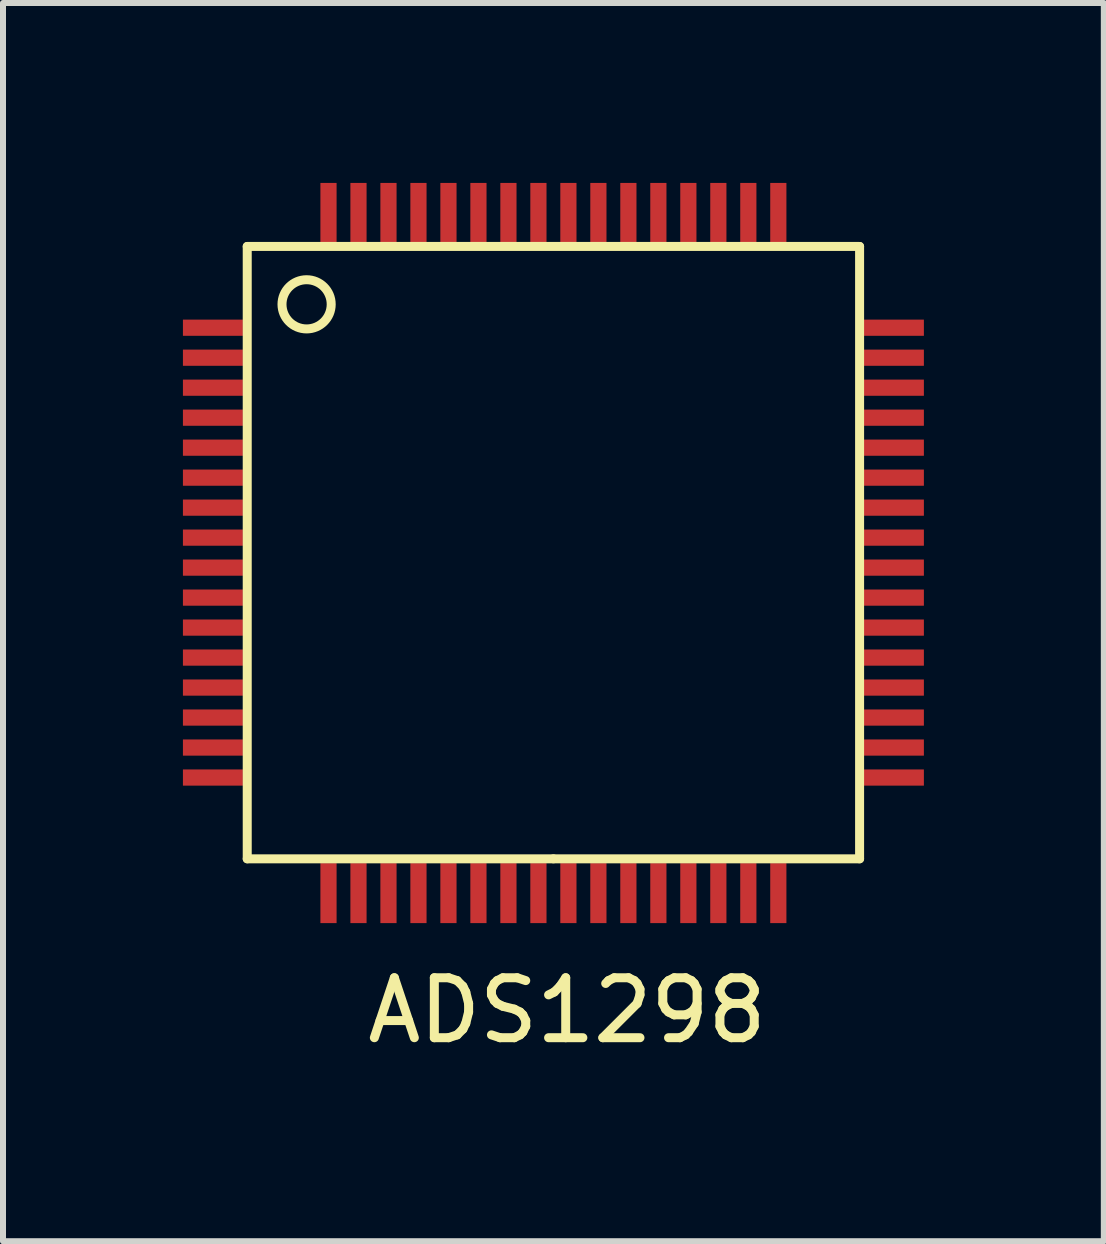
<source format=kicad_pcb>
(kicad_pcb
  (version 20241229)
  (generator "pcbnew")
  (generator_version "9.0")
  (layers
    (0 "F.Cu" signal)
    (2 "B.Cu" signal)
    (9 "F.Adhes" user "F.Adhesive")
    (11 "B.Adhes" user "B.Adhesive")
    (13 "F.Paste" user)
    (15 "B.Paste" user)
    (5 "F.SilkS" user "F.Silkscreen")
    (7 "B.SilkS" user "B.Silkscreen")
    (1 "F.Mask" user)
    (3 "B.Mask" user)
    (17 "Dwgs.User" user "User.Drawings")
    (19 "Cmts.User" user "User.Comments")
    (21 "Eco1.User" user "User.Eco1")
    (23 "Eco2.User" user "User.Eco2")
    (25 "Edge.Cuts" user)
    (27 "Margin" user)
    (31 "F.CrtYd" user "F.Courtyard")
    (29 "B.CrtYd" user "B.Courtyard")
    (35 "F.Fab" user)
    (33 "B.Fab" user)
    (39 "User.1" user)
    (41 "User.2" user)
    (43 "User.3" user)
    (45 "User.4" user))
  (footprint "ADS1298"
    (layer "F.Cu")
    (at 6.177 6.164)
    (property "Reference" "ADS1298" (at 0.229 7.633 0) (layer "F.SilkS") (effects (font (size 1 1) (thickness 0.15))))
    (attr through_hole)
    (fp_line (start -5.105 -5.105) (end -5.105 5.105) (stroke (width 0.15) (type solid)) (layer "F.SilkS"))
    (fp_line (start -5.105 5.105) (end 0 5.105) (stroke (width 0.15) (type solid)) (layer "F.SilkS"))
    (fp_line (start 0 5.105) (end 5.105 5.105) (stroke (width 0.15) (type solid)) (layer "F.SilkS"))
    (fp_line (start 5.105 -5.105) (end -5.105 -5.105) (stroke (width 0.15) (type solid)) (layer "F.SilkS"))
    (fp_line (start 5.105 5.105) (end 5.105 -5.105) (stroke (width 0.15) (type solid)) (layer "F.SilkS"))
    (fp_circle (center -4.115 -4.14) (end -3.734 -3.988) (stroke (width 0.15) (type solid)) (fill no) (layer "F.SilkS"))
    (pad "1" smd rect (at -5.677 -3.75) (size 1 0.27) (layers "F.Cu" "F.Mask" "F.Paste"))
    (pad "2" smd rect (at -5.677 -3.25) (size 1 0.27) (layers "F.Cu" "F.Mask" "F.Paste"))
    (pad "3" smd rect (at -5.677 -2.75) (size 1 0.27) (layers "F.Cu" "F.Mask" "F.Paste"))
    (pad "4" smd rect (at -5.677 -2.25) (size 1 0.27) (layers "F.Cu" "F.Mask" "F.Paste"))
    (pad "5" smd rect (at -5.677 -1.75) (size 1 0.27) (layers "F.Cu" "F.Mask" "F.Paste"))
    (pad "6" smd rect (at -5.677 -1.25) (size 1 0.27) (layers "F.Cu" "F.Mask" "F.Paste"))
    (pad "7" smd rect (at -5.677 -0.75) (size 1 0.27) (layers "F.Cu" "F.Mask" "F.Paste"))
    (pad "8" smd rect (at -5.677 -0.25) (size 1 0.27) (layers "F.Cu" "F.Mask" "F.Paste"))
    (pad "9" smd rect (at -5.677 0.25) (size 1 0.27) (layers "F.Cu" "F.Mask" "F.Paste"))
    (pad "10" smd rect (at -5.677 0.75) (size 1 0.27) (layers "F.Cu" "F.Mask" "F.Paste"))
    (pad "11" smd rect (at -5.677 1.25) (size 1 0.27) (layers "F.Cu" "F.Mask" "F.Paste"))
    (pad "12" smd rect (at -5.677 1.75) (size 1 0.27) (layers "F.Cu" "F.Mask" "F.Paste"))
    (pad "13" smd rect (at -5.677 2.25) (size 1 0.27) (layers "F.Cu" "F.Mask" "F.Paste"))
    (pad "14" smd rect (at -5.677 2.75) (size 1 0.27) (layers "F.Cu" "F.Mask" "F.Paste"))
    (pad "15" smd rect (at -5.677 3.25) (size 1 0.27) (layers "F.Cu" "F.Mask" "F.Paste"))
    (pad "16" smd rect (at -5.677 3.75) (size 1 0.27) (layers "F.Cu" "F.Mask" "F.Paste"))
    (pad "17" smd rect (at -3.75 5.677) (size 0.27 1) (layers "F.Cu" "F.Mask" "F.Paste"))
    (pad "18" smd rect (at -3.25 5.677) (size 0.27 1) (layers "F.Cu" "F.Mask" "F.Paste"))
    (pad "19" smd rect (at -2.75 5.677) (size 0.27 1) (layers "F.Cu" "F.Mask" "F.Paste"))
    (pad "20" smd rect (at -2.25 5.677) (size 0.27 1) (layers "F.Cu" "F.Mask" "F.Paste"))
    (pad "21" smd rect (at -1.75 5.677) (size 0.27 1) (layers "F.Cu" "F.Mask" "F.Paste"))
    (pad "22" smd rect (at -1.25 5.677) (size 0.27 1) (layers "F.Cu" "F.Mask" "F.Paste"))
    (pad "23" smd rect (at -0.75 5.677) (size 0.27 1) (layers "F.Cu" "F.Mask" "F.Paste"))
    (pad "24" smd rect (at -0.25 5.677) (size 0.27 1) (layers "F.Cu" "F.Mask" "F.Paste"))
    (pad "25" smd rect (at 0.25 5.677) (size 0.27 1) (layers "F.Cu" "F.Mask" "F.Paste"))
    (pad "26" smd rect (at 0.75 5.677) (size 0.27 1) (layers "F.Cu" "F.Mask" "F.Paste"))
    (pad "27" smd rect (at 1.25 5.677) (size 0.27 1) (layers "F.Cu" "F.Mask" "F.Paste"))
    (pad "28" smd rect (at 1.75 5.677) (size 0.27 1) (layers "F.Cu" "F.Mask" "F.Paste"))
    (pad "29" smd rect (at 2.25 5.677) (size 0.27 1) (layers "F.Cu" "F.Mask" "F.Paste"))
    (pad "30" smd rect (at 2.75 5.677) (size 0.27 1) (layers "F.Cu" "F.Mask" "F.Paste"))
    (pad "31" smd rect (at 3.25 5.677) (size 0.27 1) (layers "F.Cu" "F.Mask" "F.Paste"))
    (pad "32" smd rect (at 3.75 5.677) (size 0.27 1) (layers "F.Cu" "F.Mask" "F.Paste"))
    (pad "33" smd rect (at 5.677 3.75) (size 1 0.27) (layers "F.Cu" "F.Mask" "F.Paste"))
    (pad "34" smd rect (at 5.677 3.25) (size 1 0.27) (layers "F.Cu" "F.Mask" "F.Paste"))
    (pad "35" smd rect (at 5.677 2.75) (size 1 0.27) (layers "F.Cu" "F.Mask" "F.Paste"))
    (pad "36" smd rect (at 5.677 2.25) (size 1 0.27) (layers "F.Cu" "F.Mask" "F.Paste"))
    (pad "37" smd rect (at 5.677 1.75) (size 1 0.27) (layers "F.Cu" "F.Mask" "F.Paste"))
    (pad "38" smd rect (at 5.677 1.25) (size 1 0.27) (layers "F.Cu" "F.Mask" "F.Paste"))
    (pad "39" smd rect (at 5.677 0.75) (size 1 0.27) (layers "F.Cu" "F.Mask" "F.Paste"))
    (pad "40" smd rect (at 5.677 0.25) (size 1 0.27) (layers "F.Cu" "F.Mask" "F.Paste"))
    (pad "41" smd rect (at 5.677 -0.25) (size 1 0.27) (layers "F.Cu" "F.Mask" "F.Paste"))
    (pad "42" smd rect (at 5.677 -0.75) (size 1 0.27) (layers "F.Cu" "F.Mask" "F.Paste"))
    (pad "43" smd rect (at 5.677 -1.25) (size 1 0.27) (layers "F.Cu" "F.Mask" "F.Paste"))
    (pad "44" smd rect (at 5.677 -1.75) (size 1 0.27) (layers "F.Cu" "F.Mask" "F.Paste"))
    (pad "45" smd rect (at 5.677 -2.25) (size 1 0.27) (layers "F.Cu" "F.Mask" "F.Paste"))
    (pad "46" smd rect (at 5.677 -2.75) (size 1 0.27) (layers "F.Cu" "F.Mask" "F.Paste"))
    (pad "47" smd rect (at 5.677 -3.25) (size 1 0.27) (layers "F.Cu" "F.Mask" "F.Paste"))
    (pad "48" smd rect (at 5.677 -3.75) (size 1 0.27) (layers "F.Cu" "F.Mask" "F.Paste"))
    (pad "49" smd rect (at 3.75 -5.664) (size 0.27 1) (layers "F.Cu" "F.Mask" "F.Paste"))
    (pad "50" smd rect (at 3.25 -5.664) (size 0.27 1) (layers "F.Cu" "F.Mask" "F.Paste"))
    (pad "51" smd rect (at 2.75 -5.664) (size 0.27 1) (layers "F.Cu" "F.Mask" "F.Paste"))
    (pad "52" smd rect (at 2.25 -5.664) (size 0.27 1) (layers "F.Cu" "F.Mask" "F.Paste"))
    (pad "53" smd rect (at 1.75 -5.664) (size 0.27 1) (layers "F.Cu" "F.Mask" "F.Paste"))
    (pad "54" smd rect (at 1.25 -5.664) (size 0.27 1) (layers "F.Cu" "F.Mask" "F.Paste"))
    (pad "55" smd rect (at 0.75 -5.664) (size 0.27 1) (layers "F.Cu" "F.Mask" "F.Paste"))
    (pad "56" smd rect (at 0.25 -5.664) (size 0.27 1) (layers "F.Cu" "F.Mask" "F.Paste"))
    (pad "57" smd rect (at -0.25 -5.664) (size 0.27 1) (layers "F.Cu" "F.Mask" "F.Paste"))
    (pad "58" smd rect (at -0.75 -5.664) (size 0.27 1) (layers "F.Cu" "F.Mask" "F.Paste"))
    (pad "59" smd rect (at -1.25 -5.664) (size 0.27 1) (layers "F.Cu" "F.Mask" "F.Paste"))
    (pad "60" smd rect (at -1.75 -5.664) (size 0.27 1) (layers "F.Cu" "F.Mask" "F.Paste"))
    (pad "61" smd rect (at -2.25 -5.664) (size 0.27 1) (layers "F.Cu" "F.Mask" "F.Paste"))
    (pad "62" smd rect (at -2.75 -5.664) (size 0.27 1) (layers "F.Cu" "F.Mask" "F.Paste"))
    (pad "63" smd rect (at -3.25 -5.664) (size 0.27 1) (layers "F.Cu" "F.Mask" "F.Paste"))
    (pad "64" smd rect (at -3.75 -5.664) (size 0.27 1) (layers "F.Cu" "F.Mask" "F.Paste")))
  (gr_rect
    (start -3 -3)
    (end 15.354 17.645)
    (stroke (width 0.1) (type default))
    (fill no)
    (layer "Edge.Cuts")))
</source>
